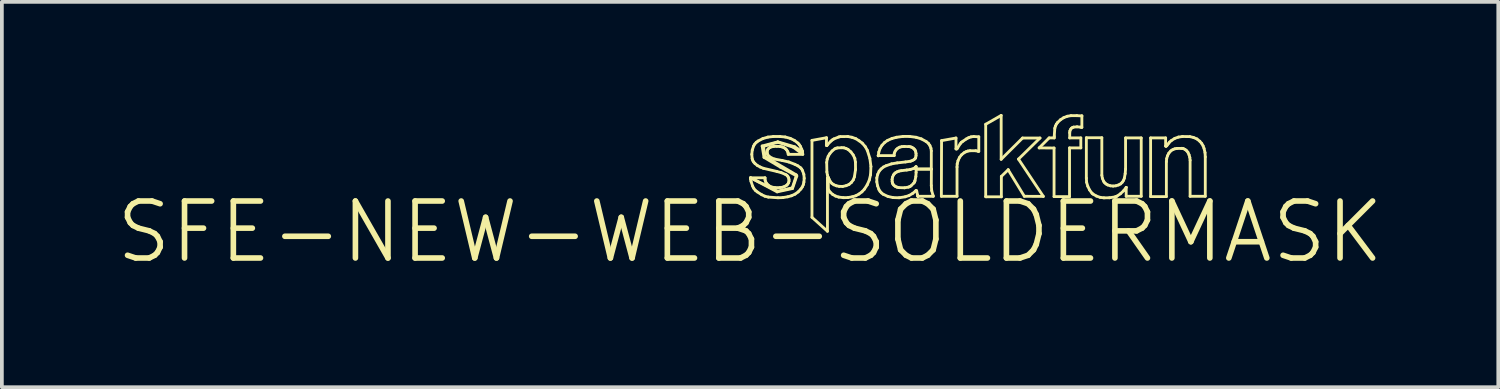
<source format=kicad_pcb>
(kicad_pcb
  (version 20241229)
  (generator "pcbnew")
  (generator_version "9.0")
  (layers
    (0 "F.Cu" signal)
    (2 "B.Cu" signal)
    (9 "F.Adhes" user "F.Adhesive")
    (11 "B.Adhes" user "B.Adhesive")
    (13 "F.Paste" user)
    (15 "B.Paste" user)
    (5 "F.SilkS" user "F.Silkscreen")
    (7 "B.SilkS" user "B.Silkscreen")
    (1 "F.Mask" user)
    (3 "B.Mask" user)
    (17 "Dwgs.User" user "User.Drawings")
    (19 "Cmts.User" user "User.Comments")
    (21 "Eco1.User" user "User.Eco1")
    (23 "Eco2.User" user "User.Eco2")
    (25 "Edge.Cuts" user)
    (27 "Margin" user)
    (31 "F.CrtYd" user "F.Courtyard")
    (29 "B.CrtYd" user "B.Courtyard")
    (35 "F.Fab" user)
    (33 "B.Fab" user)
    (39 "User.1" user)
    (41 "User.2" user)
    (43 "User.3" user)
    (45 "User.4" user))
  (footprint "SFE-NEW-WEB-SOLDERMASK"
    (layer "F.Cu")
    (at 17.018 3.155)
    (property "Reference" "SFE-NEW-WEB-SOLDERMASK" (at 0 0 0) (layer "F.SilkS") (effects (font (size 1.524 1.524) (thickness 0.15))))
    (attr exclude_from_pos_files exclude_from_bom)
    (fp_line (start 0.013 -1.448) (end 0.013 -1.41) (stroke (width 0.076) (type solid)) (layer "F.SilkS"))
    (fp_line (start 0.013 -1.448) (end 0.724 -1.072) (stroke (width 0.076) (type solid)) (layer "F.SilkS"))
    (fp_line (start 0.013 -1.41) (end 0.025 -1.351) (stroke (width 0.076) (type solid)) (layer "F.SilkS"))
    (fp_line (start 0.025 -1.351) (end 0.069 -1.224) (stroke (width 0.076) (type solid)) (layer "F.SilkS"))
    (fp_line (start 0.046 -2.075) (end 0.056 -1.961) (stroke (width 0.076) (type solid)) (layer "F.SilkS"))
    (fp_line (start 0.056 -1.961) (end 0.071 -1.913) (stroke (width 0.076) (type solid)) (layer "F.SilkS"))
    (fp_line (start 0.058 -2.189) (end 0.046 -2.075) (stroke (width 0.076) (type solid)) (layer "F.SilkS"))
    (fp_line (start 0.069 -1.224) (end 0.099 -1.166) (stroke (width 0.076) (type solid)) (layer "F.SilkS"))
    (fp_line (start 0.071 -1.913) (end 0.097 -1.869) (stroke (width 0.076) (type solid)) (layer "F.SilkS"))
    (fp_line (start 0.094 -2.299) (end 0.058 -2.189) (stroke (width 0.076) (type solid)) (layer "F.SilkS"))
    (fp_line (start 0.097 -1.869) (end 0.132 -1.829) (stroke (width 0.076) (type solid)) (layer "F.SilkS"))
    (fp_line (start 0.099 -1.166) (end 0.14 -1.113) (stroke (width 0.076) (type solid)) (layer "F.SilkS"))
    (fp_line (start 0.124 -2.349) (end 0.094 -2.299) (stroke (width 0.076) (type solid)) (layer "F.SilkS"))
    (fp_line (start 0.132 -1.829) (end 0.198 -1.775) (stroke (width 0.076) (type solid)) (layer "F.SilkS"))
    (fp_line (start 0.14 -1.113) (end 0.191 -1.072) (stroke (width 0.076) (type solid)) (layer "F.SilkS"))
    (fp_line (start 0.165 -2.395) (end 0.124 -2.349) (stroke (width 0.076) (type solid)) (layer "F.SilkS"))
    (fp_line (start 0.191 -1.072) (end 0.31 -0.996) (stroke (width 0.076) (type solid)) (layer "F.SilkS"))
    (fp_line (start 0.198 -1.775) (end 0.274 -1.735) (stroke (width 0.076) (type solid)) (layer "F.SilkS"))
    (fp_line (start 0.213 -2.431) (end 0.165 -2.395) (stroke (width 0.076) (type solid)) (layer "F.SilkS"))
    (fp_line (start 0.274 -1.735) (end 0.356 -1.702) (stroke (width 0.076) (type solid)) (layer "F.SilkS"))
    (fp_line (start 0.31 -0.996) (end 0.396 -0.955) (stroke (width 0.076) (type solid)) (layer "F.SilkS"))
    (fp_line (start 0.323 -2.299) (end 0.373 -1.994) (stroke (width 0.076) (type solid)) (layer "F.SilkS"))
    (fp_line (start 0.34 -2.497) (end 0.213 -2.431) (stroke (width 0.076) (type solid)) (layer "F.SilkS"))
    (fp_line (start 0.356 -2.286) (end 0.737 -2.4) (stroke (width 0.076) (type solid)) (layer "F.SilkS"))
    (fp_line (start 0.356 -1.702) (end 0.716 -1.618) (stroke (width 0.076) (type solid)) (layer "F.SilkS"))
    (fp_line (start 0.373 -1.994) (end 0.813 -1.732) (stroke (width 0.076) (type solid)) (layer "F.SilkS"))
    (fp_line (start 0.396 -0.955) (end 0.488 -0.932) (stroke (width 0.076) (type solid)) (layer "F.SilkS"))
    (fp_line (start 0.399 -1.448) (end 0.013 -1.448) (stroke (width 0.076) (type solid)) (layer "F.SilkS"))
    (fp_line (start 0.399 -1.44) (end 0.399 -1.448) (stroke (width 0.076) (type solid)) (layer "F.SilkS"))
    (fp_line (start 0.401 -1.389) (end 0.399 -1.44) (stroke (width 0.076) (type solid)) (layer "F.SilkS"))
    (fp_line (start 0.406 -2.012) (end 0.356 -2.286) (stroke (width 0.076) (type solid)) (layer "F.SilkS"))
    (fp_line (start 0.417 -1.341) (end 0.401 -1.389) (stroke (width 0.076) (type solid)) (layer "F.SilkS"))
    (fp_line (start 0.445 -1.295) (end 0.417 -1.341) (stroke (width 0.076) (type solid)) (layer "F.SilkS"))
    (fp_line (start 0.455 -2.134) (end 0.46 -2.174) (stroke (width 0.076) (type solid)) (layer "F.SilkS"))
    (fp_line (start 0.46 -2.174) (end 0.475 -2.21) (stroke (width 0.076) (type solid)) (layer "F.SilkS"))
    (fp_line (start 0.462 -2.093) (end 0.455 -2.134) (stroke (width 0.076) (type solid)) (layer "F.SilkS"))
    (fp_line (start 0.475 -2.21) (end 0.503 -2.24) (stroke (width 0.076) (type solid)) (layer "F.SilkS"))
    (fp_line (start 0.478 -2.537) (end 0.34 -2.497) (stroke (width 0.076) (type solid)) (layer "F.SilkS"))
    (fp_line (start 0.48 -2.052) (end 0.462 -2.093) (stroke (width 0.076) (type solid)) (layer "F.SilkS"))
    (fp_line (start 0.488 -0.932) (end 0.747 -0.914) (stroke (width 0.076) (type solid)) (layer "F.SilkS"))
    (fp_line (start 0.49 -1.25) (end 0.445 -1.295) (stroke (width 0.076) (type solid)) (layer "F.SilkS"))
    (fp_line (start 0.503 -2.24) (end 0.533 -2.261) (stroke (width 0.076) (type solid)) (layer "F.SilkS"))
    (fp_line (start 0.513 -2.019) (end 0.48 -2.052) (stroke (width 0.076) (type solid)) (layer "F.SilkS"))
    (fp_line (start 0.533 -2.261) (end 0.579 -2.278) (stroke (width 0.076) (type solid)) (layer "F.SilkS"))
    (fp_line (start 0.544 -1.214) (end 0.49 -1.25) (stroke (width 0.076) (type solid)) (layer "F.SilkS"))
    (fp_line (start 0.579 -2.278) (end 0.627 -2.286) (stroke (width 0.076) (type solid)) (layer "F.SilkS"))
    (fp_line (start 0.582 -1.976) (end 0.513 -2.019) (stroke (width 0.076) (type solid)) (layer "F.SilkS"))
    (fp_line (start 0.607 -1.194) (end 0.544 -1.214) (stroke (width 0.076) (type solid)) (layer "F.SilkS"))
    (fp_line (start 0.622 -2.553) (end 0.478 -2.537) (stroke (width 0.076) (type solid)) (layer "F.SilkS"))
    (fp_line (start 0.627 -2.286) (end 0.714 -2.291) (stroke (width 0.076) (type solid)) (layer "F.SilkS"))
    (fp_line (start 0.66 -1.948) (end 0.582 -1.976) (stroke (width 0.076) (type solid)) (layer "F.SilkS"))
    (fp_line (start 0.665 -1.186) (end 0.607 -1.194) (stroke (width 0.076) (type solid)) (layer "F.SilkS"))
    (fp_line (start 0.714 -2.291) (end 0.8 -2.286) (stroke (width 0.076) (type solid)) (layer "F.SilkS"))
    (fp_line (start 0.716 -1.618) (end 0.836 -1.585) (stroke (width 0.076) (type solid)) (layer "F.SilkS"))
    (fp_line (start 0.724 -1.072) (end 1.135 -1.161) (stroke (width 0.076) (type solid)) (layer "F.SilkS"))
    (fp_line (start 0.737 -2.4) (end 1.156 -2.266) (stroke (width 0.076) (type solid)) (layer "F.SilkS"))
    (fp_line (start 0.737 -1.09) (end 0.013 -1.448) (stroke (width 0.076) (type solid)) (layer "F.SilkS"))
    (fp_line (start 0.742 -2.41) (end 0.323 -2.299) (stroke (width 0.076) (type solid)) (layer "F.SilkS"))
    (fp_line (start 0.747 -0.914) (end 0.879 -0.919) (stroke (width 0.076) (type solid)) (layer "F.SilkS"))
    (fp_line (start 0.8 -2.553) (end 0.622 -2.553) (stroke (width 0.076) (type solid)) (layer "F.SilkS"))
    (fp_line (start 0.8 -2.286) (end 0.851 -2.276) (stroke (width 0.076) (type solid)) (layer "F.SilkS"))
    (fp_line (start 0.8 -1.186) (end 0.665 -1.186) (stroke (width 0.076) (type solid)) (layer "F.SilkS"))
    (fp_line (start 0.813 -1.732) (end 1.237 -1.504) (stroke (width 0.076) (type solid)) (layer "F.SilkS"))
    (fp_line (start 0.836 -1.585) (end 0.95 -1.537) (stroke (width 0.076) (type solid)) (layer "F.SilkS"))
    (fp_line (start 0.851 -2.276) (end 0.899 -2.258) (stroke (width 0.076) (type solid)) (layer "F.SilkS"))
    (fp_line (start 0.861 -1.194) (end 0.8 -1.186) (stroke (width 0.076) (type solid)) (layer "F.SilkS"))
    (fp_line (start 0.864 -1.91) (end 0.66 -1.948) (stroke (width 0.076) (type solid)) (layer "F.SilkS"))
    (fp_line (start 0.879 -0.919) (end 1.008 -0.94) (stroke (width 0.076) (type solid)) (layer "F.SilkS"))
    (fp_line (start 0.899 -2.258) (end 0.945 -2.228) (stroke (width 0.076) (type solid)) (layer "F.SilkS"))
    (fp_line (start 0.919 -1.214) (end 0.861 -1.194) (stroke (width 0.076) (type solid)) (layer "F.SilkS"))
    (fp_line (start 0.94 -2.54) (end 0.8 -2.553) (stroke (width 0.076) (type solid)) (layer "F.SilkS"))
    (fp_line (start 0.945 -2.228) (end 0.973 -2.2) (stroke (width 0.076) (type solid)) (layer "F.SilkS"))
    (fp_line (start 0.95 -1.537) (end 0.986 -1.514) (stroke (width 0.076) (type solid)) (layer "F.SilkS"))
    (fp_line (start 0.973 -2.2) (end 0.996 -2.167) (stroke (width 0.076) (type solid)) (layer "F.SilkS"))
    (fp_line (start 0.975 -1.245) (end 0.919 -1.214) (stroke (width 0.076) (type solid)) (layer "F.SilkS"))
    (fp_line (start 0.986 -1.514) (end 1.013 -1.481) (stroke (width 0.076) (type solid)) (layer "F.SilkS"))
    (fp_line (start 0.996 -2.167) (end 1.013 -2.131) (stroke (width 0.076) (type solid)) (layer "F.SilkS"))
    (fp_line (start 1.006 -1.275) (end 0.975 -1.245) (stroke (width 0.076) (type solid)) (layer "F.SilkS"))
    (fp_line (start 1.008 -0.94) (end 1.11 -0.968) (stroke (width 0.076) (type solid)) (layer "F.SilkS"))
    (fp_line (start 1.013 -2.131) (end 1.019 -2.103) (stroke (width 0.076) (type solid)) (layer "F.SilkS"))
    (fp_line (start 1.013 -1.481) (end 1.034 -1.44) (stroke (width 0.076) (type solid)) (layer "F.SilkS"))
    (fp_line (start 1.019 -2.103) (end 1.021 -2.075) (stroke (width 0.076) (type solid)) (layer "F.SilkS"))
    (fp_line (start 1.021 -2.075) (end 1.41 -2.075) (stroke (width 0.076) (type solid)) (layer "F.SilkS"))
    (fp_line (start 1.029 -1.313) (end 1.006 -1.275) (stroke (width 0.076) (type solid)) (layer "F.SilkS"))
    (fp_line (start 1.034 -1.872) (end 0.864 -1.91) (stroke (width 0.076) (type solid)) (layer "F.SilkS"))
    (fp_line (start 1.034 -1.44) (end 1.041 -1.4) (stroke (width 0.076) (type solid)) (layer "F.SilkS"))
    (fp_line (start 1.041 -1.4) (end 1.041 -1.356) (stroke (width 0.076) (type solid)) (layer "F.SilkS"))
    (fp_line (start 1.041 -1.356) (end 1.029 -1.313) (stroke (width 0.076) (type solid)) (layer "F.SilkS"))
    (fp_line (start 1.077 -2.502) (end 0.94 -2.54) (stroke (width 0.076) (type solid)) (layer "F.SilkS"))
    (fp_line (start 1.11 -0.968) (end 1.204 -1.011) (stroke (width 0.076) (type solid)) (layer "F.SilkS"))
    (fp_line (start 1.13 -1.179) (end 0.737 -1.09) (stroke (width 0.076) (type solid)) (layer "F.SilkS"))
    (fp_line (start 1.135 -1.161) (end 1.25 -1.496) (stroke (width 0.076) (type solid)) (layer "F.SilkS"))
    (fp_line (start 1.156 -2.266) (end 1.351 -2.121) (stroke (width 0.076) (type solid)) (layer "F.SilkS"))
    (fp_line (start 1.186 -2.449) (end 1.077 -2.502) (stroke (width 0.076) (type solid)) (layer "F.SilkS"))
    (fp_line (start 1.194 -2.278) (end 0.742 -2.41) (stroke (width 0.076) (type solid)) (layer "F.SilkS"))
    (fp_line (start 1.199 -1.808) (end 1.034 -1.872) (stroke (width 0.076) (type solid)) (layer "F.SilkS"))
    (fp_line (start 1.204 -1.011) (end 1.288 -1.072) (stroke (width 0.076) (type solid)) (layer "F.SilkS"))
    (fp_line (start 1.232 -1.529) (end 0.406 -2.012) (stroke (width 0.076) (type solid)) (layer "F.SilkS"))
    (fp_line (start 1.237 -1.504) (end 1.13 -1.179) (stroke (width 0.076) (type solid)) (layer "F.SilkS"))
    (fp_line (start 1.25 -1.496) (end 1.232 -1.529) (stroke (width 0.076) (type solid)) (layer "F.SilkS"))
    (fp_line (start 1.275 -1.77) (end 1.199 -1.808) (stroke (width 0.076) (type solid)) (layer "F.SilkS"))
    (fp_line (start 1.283 -2.375) (end 1.186 -2.449) (stroke (width 0.076) (type solid)) (layer "F.SilkS"))
    (fp_line (start 1.288 -1.072) (end 1.359 -1.148) (stroke (width 0.076) (type solid)) (layer "F.SilkS"))
    (fp_line (start 1.316 -2.334) (end 1.283 -2.375) (stroke (width 0.076) (type solid)) (layer "F.SilkS"))
    (fp_line (start 1.346 -2.291) (end 1.316 -2.334) (stroke (width 0.076) (type solid)) (layer "F.SilkS"))
    (fp_line (start 1.346 -1.72) (end 1.275 -1.77) (stroke (width 0.076) (type solid)) (layer "F.SilkS"))
    (fp_line (start 1.351 -2.121) (end 1.402 -2.156) (stroke (width 0.076) (type solid)) (layer "F.SilkS"))
    (fp_line (start 1.359 -1.148) (end 1.397 -1.204) (stroke (width 0.076) (type solid)) (layer "F.SilkS"))
    (fp_line (start 1.379 -1.684) (end 1.346 -1.72) (stroke (width 0.076) (type solid)) (layer "F.SilkS"))
    (fp_line (start 1.382 -2.21) (end 1.346 -2.291) (stroke (width 0.076) (type solid)) (layer "F.SilkS"))
    (fp_line (start 1.397 -1.204) (end 1.425 -1.265) (stroke (width 0.076) (type solid)) (layer "F.SilkS"))
    (fp_line (start 1.402 -2.156) (end 1.382 -2.21) (stroke (width 0.076) (type solid)) (layer "F.SilkS"))
    (fp_line (start 1.402 -2.146) (end 1.194 -2.278) (stroke (width 0.076) (type solid)) (layer "F.SilkS"))
    (fp_line (start 1.402 -1.643) (end 1.379 -1.684) (stroke (width 0.076) (type solid)) (layer "F.SilkS"))
    (fp_line (start 1.41 -2.075) (end 1.402 -2.146) (stroke (width 0.076) (type solid)) (layer "F.SilkS"))
    (fp_line (start 1.425 -1.265) (end 1.44 -1.333) (stroke (width 0.076) (type solid)) (layer "F.SilkS"))
    (fp_line (start 1.438 -1.542) (end 1.402 -1.643) (stroke (width 0.076) (type solid)) (layer "F.SilkS"))
    (fp_line (start 1.44 -1.333) (end 1.448 -1.435) (stroke (width 0.076) (type solid)) (layer "F.SilkS"))
    (fp_line (start 1.448 -1.435) (end 1.438 -1.542) (stroke (width 0.076) (type solid)) (layer "F.SilkS"))
    (fp_line (start 1.656 -2.449) (end 2.045 -2.52) (stroke (width 0.076) (type solid)) (layer "F.SilkS"))
    (fp_line (start 1.656 -0.391) (end 1.656 -2.449) (stroke (width 0.076) (type solid)) (layer "F.SilkS"))
    (fp_line (start 2.042 -2.322) (end 2.05 -2.311) (stroke (width 0.076) (type solid)) (layer "F.SilkS"))
    (fp_line (start 2.045 -2.52) (end 2.042 -2.322) (stroke (width 0.076) (type solid)) (layer "F.SilkS"))
    (fp_line (start 2.05 -2.311) (end 2.055 -2.311) (stroke (width 0.076) (type solid)) (layer "F.SilkS"))
    (fp_line (start 2.05 -1.859) (end 2.055 -1.605) (stroke (width 0.076) (type solid)) (layer "F.SilkS"))
    (fp_line (start 2.055 -2.311) (end 2.075 -2.337) (stroke (width 0.076) (type solid)) (layer "F.SilkS"))
    (fp_line (start 2.055 -1.605) (end 2.068 -1.524) (stroke (width 0.076) (type solid)) (layer "F.SilkS"))
    (fp_line (start 2.062 -1.943) (end 2.05 -1.859) (stroke (width 0.076) (type solid)) (layer "F.SilkS"))
    (fp_line (start 2.068 -1.524) (end 2.088 -1.458) (stroke (width 0.076) (type solid)) (layer "F.SilkS"))
    (fp_line (start 2.07 -1.448) (end 2.07 -0.018) (stroke (width 0.076) (type solid)) (layer "F.SilkS"))
    (fp_line (start 2.07 -0.018) (end 1.656 -0.391) (stroke (width 0.076) (type solid)) (layer "F.SilkS"))
    (fp_line (start 2.075 -2.337) (end 2.164 -2.431) (stroke (width 0.076) (type solid)) (layer "F.SilkS"))
    (fp_line (start 2.083 -1.448) (end 2.07 -1.448) (stroke (width 0.076) (type solid)) (layer "F.SilkS"))
    (fp_line (start 2.085 -1.448) (end 2.083 -1.448) (stroke (width 0.076) (type solid)) (layer "F.SilkS"))
    (fp_line (start 2.088 -1.458) (end 2.09 -1.453) (stroke (width 0.076) (type solid)) (layer "F.SilkS"))
    (fp_line (start 2.088 -1.45) (end 2.085 -1.448) (stroke (width 0.076) (type solid)) (layer "F.SilkS"))
    (fp_line (start 2.09 -2.024) (end 2.062 -1.943) (stroke (width 0.076) (type solid)) (layer "F.SilkS"))
    (fp_line (start 2.09 -1.453) (end 2.088 -1.45) (stroke (width 0.076) (type solid)) (layer "F.SilkS"))
    (fp_line (start 2.093 -1.433) (end 2.101 -1.44) (stroke (width 0.076) (type solid)) (layer "F.SilkS"))
    (fp_line (start 2.093 -1.135) (end 2.093 -1.433) (stroke (width 0.076) (type solid)) (layer "F.SilkS"))
    (fp_line (start 2.101 -1.44) (end 2.101 -1.435) (stroke (width 0.076) (type solid)) (layer "F.SilkS"))
    (fp_line (start 2.101 -1.435) (end 2.101 -1.425) (stroke (width 0.076) (type solid)) (layer "F.SilkS"))
    (fp_line (start 2.101 -1.425) (end 2.108 -1.415) (stroke (width 0.076) (type solid)) (layer "F.SilkS"))
    (fp_line (start 2.108 -1.415) (end 2.113 -1.41) (stroke (width 0.076) (type solid)) (layer "F.SilkS"))
    (fp_line (start 2.113 -1.41) (end 2.144 -1.351) (stroke (width 0.076) (type solid)) (layer "F.SilkS"))
    (fp_line (start 2.134 -2.095) (end 2.09 -2.024) (stroke (width 0.076) (type solid)) (layer "F.SilkS"))
    (fp_line (start 2.144 -1.351) (end 2.187 -1.3) (stroke (width 0.076) (type solid)) (layer "F.SilkS"))
    (fp_line (start 2.144 -1.062) (end 2.093 -1.135) (stroke (width 0.076) (type solid)) (layer "F.SilkS"))
    (fp_line (start 2.164 -2.431) (end 2.2 -2.461) (stroke (width 0.076) (type solid)) (layer "F.SilkS"))
    (fp_line (start 2.187 -1.3) (end 2.24 -1.262) (stroke (width 0.076) (type solid)) (layer "F.SilkS"))
    (fp_line (start 2.195 -2.167) (end 2.134 -2.095) (stroke (width 0.076) (type solid)) (layer "F.SilkS"))
    (fp_line (start 2.2 -2.461) (end 2.24 -2.487) (stroke (width 0.076) (type solid)) (layer "F.SilkS"))
    (fp_line (start 2.21 -1.003) (end 2.144 -1.062) (stroke (width 0.076) (type solid)) (layer "F.SilkS"))
    (fp_line (start 2.24 -2.487) (end 2.372 -2.54) (stroke (width 0.076) (type solid)) (layer "F.SilkS"))
    (fp_line (start 2.24 -1.262) (end 2.309 -1.234) (stroke (width 0.076) (type solid)) (layer "F.SilkS"))
    (fp_line (start 2.266 -2.223) (end 2.195 -2.167) (stroke (width 0.076) (type solid)) (layer "F.SilkS"))
    (fp_line (start 2.286 -0.96) (end 2.21 -1.003) (stroke (width 0.076) (type solid)) (layer "F.SilkS"))
    (fp_line (start 2.304 -2.24) (end 2.266 -2.223) (stroke (width 0.076) (type solid)) (layer "F.SilkS"))
    (fp_line (start 2.309 -1.234) (end 2.385 -1.219) (stroke (width 0.076) (type solid)) (layer "F.SilkS"))
    (fp_line (start 2.342 -2.248) (end 2.304 -2.24) (stroke (width 0.076) (type solid)) (layer "F.SilkS"))
    (fp_line (start 2.372 -2.54) (end 2.418 -2.55) (stroke (width 0.076) (type solid)) (layer "F.SilkS"))
    (fp_line (start 2.372 -0.932) (end 2.286 -0.96) (stroke (width 0.076) (type solid)) (layer "F.SilkS"))
    (fp_line (start 2.385 -1.219) (end 2.477 -1.217) (stroke (width 0.076) (type solid)) (layer "F.SilkS"))
    (fp_line (start 2.418 -2.55) (end 2.616 -2.553) (stroke (width 0.076) (type solid)) (layer "F.SilkS"))
    (fp_line (start 2.451 -2.253) (end 2.342 -2.248) (stroke (width 0.076) (type solid)) (layer "F.SilkS"))
    (fp_line (start 2.477 -1.217) (end 2.57 -1.237) (stroke (width 0.076) (type solid)) (layer "F.SilkS"))
    (fp_line (start 2.492 -0.917) (end 2.372 -0.932) (stroke (width 0.076) (type solid)) (layer "F.SilkS"))
    (fp_line (start 2.512 -2.25) (end 2.451 -2.253) (stroke (width 0.076) (type solid)) (layer "F.SilkS"))
    (fp_line (start 2.568 -2.233) (end 2.512 -2.25) (stroke (width 0.076) (type solid)) (layer "F.SilkS"))
    (fp_line (start 2.57 -1.237) (end 2.647 -1.27) (stroke (width 0.076) (type solid)) (layer "F.SilkS"))
    (fp_line (start 2.616 -2.553) (end 2.725 -2.532) (stroke (width 0.076) (type solid)) (layer "F.SilkS"))
    (fp_line (start 2.616 -0.919) (end 2.492 -0.917) (stroke (width 0.076) (type solid)) (layer "F.SilkS"))
    (fp_line (start 2.621 -2.207) (end 2.568 -2.233) (stroke (width 0.076) (type solid)) (layer "F.SilkS"))
    (fp_line (start 2.647 -1.27) (end 2.71 -1.323) (stroke (width 0.076) (type solid)) (layer "F.SilkS"))
    (fp_line (start 2.697 -2.141) (end 2.621 -2.207) (stroke (width 0.076) (type solid)) (layer "F.SilkS"))
    (fp_line (start 2.71 -1.323) (end 2.761 -1.392) (stroke (width 0.076) (type solid)) (layer "F.SilkS"))
    (fp_line (start 2.725 -2.532) (end 2.83 -2.494) (stroke (width 0.076) (type solid)) (layer "F.SilkS"))
    (fp_line (start 2.736 -0.94) (end 2.616 -0.919) (stroke (width 0.076) (type solid)) (layer "F.SilkS"))
    (fp_line (start 2.758 -2.06) (end 2.697 -2.141) (stroke (width 0.076) (type solid)) (layer "F.SilkS"))
    (fp_line (start 2.761 -1.392) (end 2.791 -1.473) (stroke (width 0.076) (type solid)) (layer "F.SilkS"))
    (fp_line (start 2.791 -1.473) (end 2.822 -1.669) (stroke (width 0.076) (type solid)) (layer "F.SilkS"))
    (fp_line (start 2.802 -1.968) (end 2.758 -2.06) (stroke (width 0.076) (type solid)) (layer "F.SilkS"))
    (fp_line (start 2.819 -1.867) (end 2.802 -1.968) (stroke (width 0.076) (type solid)) (layer "F.SilkS"))
    (fp_line (start 2.822 -1.669) (end 2.819 -1.867) (stroke (width 0.076) (type solid)) (layer "F.SilkS"))
    (fp_line (start 2.83 -2.494) (end 2.918 -2.438) (stroke (width 0.076) (type solid)) (layer "F.SilkS"))
    (fp_line (start 2.83 -0.968) (end 2.736 -0.94) (stroke (width 0.076) (type solid)) (layer "F.SilkS"))
    (fp_line (start 2.913 -1.013) (end 2.83 -0.968) (stroke (width 0.076) (type solid)) (layer "F.SilkS"))
    (fp_line (start 2.918 -2.438) (end 3.002 -2.375) (stroke (width 0.076) (type solid)) (layer "F.SilkS"))
    (fp_line (start 2.992 -1.072) (end 2.913 -1.013) (stroke (width 0.076) (type solid)) (layer "F.SilkS"))
    (fp_line (start 3.002 -2.375) (end 3.081 -2.283) (stroke (width 0.076) (type solid)) (layer "F.SilkS"))
    (fp_line (start 3.058 -1.143) (end 2.992 -1.072) (stroke (width 0.076) (type solid)) (layer "F.SilkS"))
    (fp_line (start 3.081 -2.283) (end 3.137 -2.182) (stroke (width 0.076) (type solid)) (layer "F.SilkS"))
    (fp_line (start 3.134 -1.26) (end 3.058 -1.143) (stroke (width 0.076) (type solid)) (layer "F.SilkS"))
    (fp_line (start 3.137 -2.182) (end 3.205 -1.968) (stroke (width 0.076) (type solid)) (layer "F.SilkS"))
    (fp_line (start 3.19 -1.389) (end 3.134 -1.26) (stroke (width 0.076) (type solid)) (layer "F.SilkS"))
    (fp_line (start 3.205 -1.968) (end 3.233 -1.75) (stroke (width 0.076) (type solid)) (layer "F.SilkS"))
    (fp_line (start 3.223 -1.529) (end 3.19 -1.389) (stroke (width 0.076) (type solid)) (layer "F.SilkS"))
    (fp_line (start 3.233 -1.75) (end 3.223 -1.529) (stroke (width 0.076) (type solid)) (layer "F.SilkS"))
    (fp_line (start 3.391 -1.445) (end 3.391 -1.339) (stroke (width 0.076) (type solid)) (layer "F.SilkS"))
    (fp_line (start 3.391 -1.339) (end 3.411 -1.234) (stroke (width 0.076) (type solid)) (layer "F.SilkS"))
    (fp_line (start 3.411 -1.234) (end 3.447 -1.135) (stroke (width 0.076) (type solid)) (layer "F.SilkS"))
    (fp_line (start 3.414 -1.539) (end 3.391 -1.445) (stroke (width 0.076) (type solid)) (layer "F.SilkS"))
    (fp_line (start 3.429 -2.042) (end 3.853 -2.042) (stroke (width 0.076) (type solid)) (layer "F.SilkS"))
    (fp_line (start 3.429 -2.037) (end 3.429 -2.042) (stroke (width 0.076) (type solid)) (layer "F.SilkS"))
    (fp_line (start 3.444 -2.136) (end 3.429 -2.037) (stroke (width 0.076) (type solid)) (layer "F.SilkS"))
    (fp_line (start 3.447 -1.135) (end 3.477 -1.085) (stroke (width 0.076) (type solid)) (layer "F.SilkS"))
    (fp_line (start 3.454 -1.626) (end 3.414 -1.539) (stroke (width 0.076) (type solid)) (layer "F.SilkS"))
    (fp_line (start 3.477 -2.233) (end 3.444 -2.136) (stroke (width 0.076) (type solid)) (layer "F.SilkS"))
    (fp_line (start 3.477 -1.085) (end 3.515 -1.044) (stroke (width 0.076) (type solid)) (layer "F.SilkS"))
    (fp_line (start 3.505 -1.684) (end 3.454 -1.626) (stroke (width 0.076) (type solid)) (layer "F.SilkS"))
    (fp_line (start 3.515 -1.044) (end 3.561 -1.008) (stroke (width 0.076) (type solid)) (layer "F.SilkS"))
    (fp_line (start 3.528 -2.316) (end 3.477 -2.233) (stroke (width 0.076) (type solid)) (layer "F.SilkS"))
    (fp_line (start 3.561 -1.008) (end 3.686 -0.95) (stroke (width 0.076) (type solid)) (layer "F.SilkS"))
    (fp_line (start 3.566 -1.735) (end 3.505 -1.684) (stroke (width 0.076) (type solid)) (layer "F.SilkS"))
    (fp_line (start 3.597 -2.39) (end 3.528 -2.316) (stroke (width 0.076) (type solid)) (layer "F.SilkS"))
    (fp_line (start 3.637 -1.77) (end 3.566 -1.735) (stroke (width 0.076) (type solid)) (layer "F.SilkS"))
    (fp_line (start 3.68 -2.449) (end 3.597 -2.39) (stroke (width 0.076) (type solid)) (layer "F.SilkS"))
    (fp_line (start 3.686 -0.95) (end 3.823 -0.919) (stroke (width 0.076) (type solid)) (layer "F.SilkS"))
    (fp_line (start 3.785 -1.821) (end 3.637 -1.77) (stroke (width 0.076) (type solid)) (layer "F.SilkS"))
    (fp_line (start 3.795 -2.499) (end 3.68 -2.449) (stroke (width 0.076) (type solid)) (layer "F.SilkS"))
    (fp_line (start 3.8 -1.405) (end 3.81 -1.463) (stroke (width 0.076) (type solid)) (layer "F.SilkS"))
    (fp_line (start 3.802 -1.344) (end 3.8 -1.405) (stroke (width 0.076) (type solid)) (layer "F.SilkS"))
    (fp_line (start 3.81 -1.463) (end 3.835 -1.521) (stroke (width 0.076) (type solid)) (layer "F.SilkS"))
    (fp_line (start 3.81 -1.308) (end 3.802 -1.344) (stroke (width 0.076) (type solid)) (layer "F.SilkS"))
    (fp_line (start 3.823 -1.278) (end 3.81 -1.308) (stroke (width 0.076) (type solid)) (layer "F.SilkS"))
    (fp_line (start 3.823 -0.919) (end 3.988 -0.914) (stroke (width 0.076) (type solid)) (layer "F.SilkS"))
    (fp_line (start 3.835 -1.521) (end 3.856 -1.552) (stroke (width 0.076) (type solid)) (layer "F.SilkS"))
    (fp_line (start 3.846 -1.25) (end 3.823 -1.278) (stroke (width 0.076) (type solid)) (layer "F.SilkS"))
    (fp_line (start 3.853 -2.045) (end 3.858 -2.101) (stroke (width 0.076) (type solid)) (layer "F.SilkS"))
    (fp_line (start 3.853 -2.042) (end 3.853 -2.045) (stroke (width 0.076) (type solid)) (layer "F.SilkS"))
    (fp_line (start 3.856 -1.552) (end 3.886 -1.58) (stroke (width 0.076) (type solid)) (layer "F.SilkS"))
    (fp_line (start 3.858 -2.101) (end 3.879 -2.154) (stroke (width 0.076) (type solid)) (layer "F.SilkS"))
    (fp_line (start 3.879 -2.154) (end 3.909 -2.2) (stroke (width 0.076) (type solid)) (layer "F.SilkS"))
    (fp_line (start 3.884 -1.219) (end 3.846 -1.25) (stroke (width 0.076) (type solid)) (layer "F.SilkS"))
    (fp_line (start 3.886 -1.58) (end 3.934 -1.608) (stroke (width 0.076) (type solid)) (layer "F.SilkS"))
    (fp_line (start 3.909 -2.2) (end 3.95 -2.238) (stroke (width 0.076) (type solid)) (layer "F.SilkS"))
    (fp_line (start 3.917 -2.532) (end 3.795 -2.499) (stroke (width 0.076) (type solid)) (layer "F.SilkS"))
    (fp_line (start 3.927 -1.199) (end 3.884 -1.219) (stroke (width 0.076) (type solid)) (layer "F.SilkS"))
    (fp_line (start 3.934 -1.608) (end 3.988 -1.628) (stroke (width 0.076) (type solid)) (layer "F.SilkS"))
    (fp_line (start 3.937 -1.847) (end 3.785 -1.821) (stroke (width 0.076) (type solid)) (layer "F.SilkS"))
    (fp_line (start 3.95 -2.238) (end 4 -2.266) (stroke (width 0.076) (type solid)) (layer "F.SilkS"))
    (fp_line (start 3.975 -1.186) (end 3.927 -1.199) (stroke (width 0.076) (type solid)) (layer "F.SilkS"))
    (fp_line (start 3.988 -1.628) (end 4.044 -1.638) (stroke (width 0.076) (type solid)) (layer "F.SilkS"))
    (fp_line (start 3.988 -0.914) (end 4.15 -0.94) (stroke (width 0.076) (type solid)) (layer "F.SilkS"))
    (fp_line (start 4 -2.266) (end 4.059 -2.281) (stroke (width 0.076) (type solid)) (layer "F.SilkS"))
    (fp_line (start 4.044 -1.638) (end 4.191 -1.656) (stroke (width 0.076) (type solid)) (layer "F.SilkS"))
    (fp_line (start 4.059 -2.281) (end 4.12 -2.286) (stroke (width 0.076) (type solid)) (layer "F.SilkS"))
    (fp_line (start 4.092 -2.555) (end 3.917 -2.532) (stroke (width 0.076) (type solid)) (layer "F.SilkS"))
    (fp_line (start 4.12 -2.286) (end 4.255 -2.283) (stroke (width 0.076) (type solid)) (layer "F.SilkS"))
    (fp_line (start 4.133 -1.181) (end 3.975 -1.186) (stroke (width 0.076) (type solid)) (layer "F.SilkS"))
    (fp_line (start 4.15 -0.94) (end 4.252 -0.973) (stroke (width 0.076) (type solid)) (layer "F.SilkS"))
    (fp_line (start 4.158 -1.872) (end 3.937 -1.847) (stroke (width 0.076) (type solid)) (layer "F.SilkS"))
    (fp_line (start 4.191 -1.656) (end 4.29 -1.671) (stroke (width 0.076) (type solid)) (layer "F.SilkS"))
    (fp_line (start 4.239 -1.199) (end 4.133 -1.181) (stroke (width 0.076) (type solid)) (layer "F.SilkS"))
    (fp_line (start 4.252 -0.973) (end 4.348 -1.029) (stroke (width 0.076) (type solid)) (layer "F.SilkS"))
    (fp_line (start 4.255 -2.283) (end 4.295 -2.276) (stroke (width 0.076) (type solid)) (layer "F.SilkS"))
    (fp_line (start 4.267 -2.555) (end 4.092 -2.555) (stroke (width 0.076) (type solid)) (layer "F.SilkS"))
    (fp_line (start 4.272 -1.212) (end 4.239 -1.199) (stroke (width 0.076) (type solid)) (layer "F.SilkS"))
    (fp_line (start 4.29 -1.671) (end 4.387 -1.702) (stroke (width 0.076) (type solid)) (layer "F.SilkS"))
    (fp_line (start 4.293 -1.892) (end 4.158 -1.872) (stroke (width 0.076) (type solid)) (layer "F.SilkS"))
    (fp_line (start 4.295 -2.276) (end 4.331 -2.263) (stroke (width 0.076) (type solid)) (layer "F.SilkS"))
    (fp_line (start 4.305 -1.232) (end 4.272 -1.212) (stroke (width 0.076) (type solid)) (layer "F.SilkS"))
    (fp_line (start 4.331 -2.263) (end 4.366 -2.24) (stroke (width 0.076) (type solid)) (layer "F.SilkS"))
    (fp_line (start 4.341 -1.91) (end 4.293 -1.892) (stroke (width 0.076) (type solid)) (layer "F.SilkS"))
    (fp_line (start 4.348 -1.029) (end 4.43 -1.097) (stroke (width 0.076) (type solid)) (layer "F.SilkS"))
    (fp_line (start 4.366 -2.24) (end 4.392 -2.217) (stroke (width 0.076) (type solid)) (layer "F.SilkS"))
    (fp_line (start 4.379 -1.306) (end 4.305 -1.232) (stroke (width 0.076) (type solid)) (layer "F.SilkS"))
    (fp_line (start 4.387 -1.935) (end 4.341 -1.91) (stroke (width 0.076) (type solid)) (layer "F.SilkS"))
    (fp_line (start 4.387 -1.702) (end 4.407 -1.712) (stroke (width 0.076) (type solid)) (layer "F.SilkS"))
    (fp_line (start 4.392 -2.217) (end 4.415 -2.187) (stroke (width 0.076) (type solid)) (layer "F.SilkS"))
    (fp_line (start 4.397 -1.328) (end 4.379 -1.306) (stroke (width 0.076) (type solid)) (layer "F.SilkS"))
    (fp_line (start 4.407 -1.712) (end 4.422 -1.727) (stroke (width 0.076) (type solid)) (layer "F.SilkS"))
    (fp_line (start 4.407 -1.356) (end 4.397 -1.328) (stroke (width 0.076) (type solid)) (layer "F.SilkS"))
    (fp_line (start 4.412 -1.372) (end 4.407 -1.356) (stroke (width 0.076) (type solid)) (layer "F.SilkS"))
    (fp_line (start 4.415 -2.187) (end 4.43 -2.151) (stroke (width 0.076) (type solid)) (layer "F.SilkS"))
    (fp_line (start 4.417 -1.966) (end 4.387 -1.935) (stroke (width 0.076) (type solid)) (layer "F.SilkS"))
    (fp_line (start 4.422 -1.976) (end 4.417 -1.966) (stroke (width 0.076) (type solid)) (layer "F.SilkS"))
    (fp_line (start 4.422 -1.727) (end 4.437 -1.745) (stroke (width 0.076) (type solid)) (layer "F.SilkS"))
    (fp_line (start 4.43 -2.151) (end 4.44 -2.098) (stroke (width 0.076) (type solid)) (layer "F.SilkS"))
    (fp_line (start 4.43 -1.986) (end 4.422 -1.976) (stroke (width 0.076) (type solid)) (layer "F.SilkS"))
    (fp_line (start 4.43 -1.097) (end 4.437 -1.102) (stroke (width 0.076) (type solid)) (layer "F.SilkS"))
    (fp_line (start 4.435 -1.481) (end 4.412 -1.372) (stroke (width 0.076) (type solid)) (layer "F.SilkS"))
    (fp_line (start 4.437 -1.745) (end 4.442 -1.745) (stroke (width 0.076) (type solid)) (layer "F.SilkS"))
    (fp_line (start 4.437 -1.102) (end 4.442 -1.102) (stroke (width 0.076) (type solid)) (layer "F.SilkS"))
    (fp_line (start 4.44 -2.098) (end 4.44 -2.042) (stroke (width 0.076) (type solid)) (layer "F.SilkS"))
    (fp_line (start 4.44 -2.042) (end 4.43 -1.986) (stroke (width 0.076) (type solid)) (layer "F.SilkS"))
    (fp_line (start 4.442 -2.532) (end 4.267 -2.555) (stroke (width 0.076) (type solid)) (layer "F.SilkS"))
    (fp_line (start 4.442 -1.745) (end 4.442 -1.687) (stroke (width 0.076) (type solid)) (layer "F.SilkS"))
    (fp_line (start 4.442 -1.687) (end 4.849 -1.687) (stroke (width 0.076) (type solid)) (layer "F.SilkS"))
    (fp_line (start 4.442 -1.676) (end 4.442 -1.593) (stroke (width 0.076) (type solid)) (layer "F.SilkS"))
    (fp_line (start 4.442 -1.593) (end 4.435 -1.481) (stroke (width 0.076) (type solid)) (layer "F.SilkS"))
    (fp_line (start 4.442 -1.102) (end 4.45 -1.102) (stroke (width 0.076) (type solid)) (layer "F.SilkS"))
    (fp_line (start 4.45 -1.102) (end 4.453 -1.097) (stroke (width 0.076) (type solid)) (layer "F.SilkS"))
    (fp_line (start 4.453 -1.097) (end 4.458 -1.09) (stroke (width 0.076) (type solid)) (layer "F.SilkS"))
    (fp_line (start 4.458 -1.09) (end 4.481 -0.988) (stroke (width 0.076) (type solid)) (layer "F.SilkS"))
    (fp_line (start 4.481 -0.988) (end 4.488 -0.958) (stroke (width 0.076) (type solid)) (layer "F.SilkS"))
    (fp_line (start 4.488 -0.958) (end 4.488 -0.955) (stroke (width 0.076) (type solid)) (layer "F.SilkS"))
    (fp_line (start 4.488 -0.955) (end 4.493 -0.953) (stroke (width 0.076) (type solid)) (layer "F.SilkS"))
    (fp_line (start 4.493 -0.953) (end 4.496 -0.953) (stroke (width 0.076) (type solid)) (layer "F.SilkS"))
    (fp_line (start 4.496 -0.953) (end 4.902 -0.953) (stroke (width 0.076) (type solid)) (layer "F.SilkS"))
    (fp_line (start 4.582 -2.489) (end 4.442 -2.532) (stroke (width 0.076) (type solid)) (layer "F.SilkS"))
    (fp_line (start 4.712 -2.418) (end 4.582 -2.489) (stroke (width 0.076) (type solid)) (layer "F.SilkS"))
    (fp_line (start 4.77 -2.37) (end 4.712 -2.418) (stroke (width 0.076) (type solid)) (layer "F.SilkS"))
    (fp_line (start 4.811 -2.311) (end 4.77 -2.37) (stroke (width 0.076) (type solid)) (layer "F.SilkS"))
    (fp_line (start 4.839 -2.24) (end 4.811 -2.311) (stroke (width 0.076) (type solid)) (layer "F.SilkS"))
    (fp_line (start 4.849 -2.169) (end 4.839 -2.24) (stroke (width 0.076) (type solid)) (layer "F.SilkS"))
    (fp_line (start 4.849 -1.687) (end 4.849 -2.169) (stroke (width 0.076) (type solid)) (layer "F.SilkS"))
    (fp_line (start 4.849 -1.242) (end 4.851 -1.676) (stroke (width 0.076) (type solid)) (layer "F.SilkS"))
    (fp_line (start 4.851 -1.676) (end 4.442 -1.676) (stroke (width 0.076) (type solid)) (layer "F.SilkS"))
    (fp_line (start 4.859 -1.105) (end 4.849 -1.242) (stroke (width 0.076) (type solid)) (layer "F.SilkS"))
    (fp_line (start 4.895 -0.975) (end 4.859 -1.105) (stroke (width 0.076) (type solid)) (layer "F.SilkS"))
    (fp_line (start 4.902 -0.953) (end 4.895 -0.975) (stroke (width 0.076) (type solid)) (layer "F.SilkS"))
    (fp_line (start 5.118 -0.953) (end 5.123 -2.443) (stroke (width 0.076) (type solid)) (layer "F.SilkS"))
    (fp_line (start 5.123 -2.443) (end 5.509 -2.512) (stroke (width 0.076) (type solid)) (layer "F.SilkS"))
    (fp_line (start 5.509 -2.512) (end 5.509 -2.223) (stroke (width 0.076) (type solid)) (layer "F.SilkS"))
    (fp_line (start 5.509 -2.223) (end 5.517 -2.22) (stroke (width 0.076) (type solid)) (layer "F.SilkS"))
    (fp_line (start 5.517 -2.22) (end 5.535 -2.223) (stroke (width 0.076) (type solid)) (layer "F.SilkS"))
    (fp_line (start 5.535 -2.223) (end 5.555 -2.253) (stroke (width 0.076) (type solid)) (layer "F.SilkS"))
    (fp_line (start 5.537 -1.737) (end 5.537 -0.953) (stroke (width 0.076) (type solid)) (layer "F.SilkS"))
    (fp_line (start 5.537 -0.953) (end 5.118 -0.953) (stroke (width 0.076) (type solid)) (layer "F.SilkS"))
    (fp_line (start 5.542 -1.821) (end 5.537 -1.737) (stroke (width 0.076) (type solid)) (layer "F.SilkS"))
    (fp_line (start 5.555 -2.253) (end 5.624 -2.36) (stroke (width 0.076) (type solid)) (layer "F.SilkS"))
    (fp_line (start 5.563 -1.905) (end 5.542 -1.821) (stroke (width 0.076) (type solid)) (layer "F.SilkS"))
    (fp_line (start 5.601 -1.989) (end 5.563 -1.905) (stroke (width 0.076) (type solid)) (layer "F.SilkS"))
    (fp_line (start 5.624 -2.36) (end 5.654 -2.398) (stroke (width 0.076) (type solid)) (layer "F.SilkS"))
    (fp_line (start 5.654 -2.398) (end 5.695 -2.426) (stroke (width 0.076) (type solid)) (layer "F.SilkS"))
    (fp_line (start 5.654 -2.06) (end 5.601 -1.989) (stroke (width 0.076) (type solid)) (layer "F.SilkS"))
    (fp_line (start 5.695 -2.426) (end 5.784 -2.487) (stroke (width 0.076) (type solid)) (layer "F.SilkS"))
    (fp_line (start 5.725 -2.118) (end 5.654 -2.06) (stroke (width 0.076) (type solid)) (layer "F.SilkS"))
    (fp_line (start 5.773 -2.144) (end 5.725 -2.118) (stroke (width 0.076) (type solid)) (layer "F.SilkS"))
    (fp_line (start 5.784 -2.487) (end 5.845 -2.52) (stroke (width 0.076) (type solid)) (layer "F.SilkS"))
    (fp_line (start 5.827 -2.164) (end 5.773 -2.144) (stroke (width 0.076) (type solid)) (layer "F.SilkS"))
    (fp_line (start 5.845 -2.52) (end 5.911 -2.543) (stroke (width 0.076) (type solid)) (layer "F.SilkS"))
    (fp_line (start 5.885 -2.172) (end 5.827 -2.164) (stroke (width 0.076) (type solid)) (layer "F.SilkS"))
    (fp_line (start 5.911 -2.543) (end 5.982 -2.553) (stroke (width 0.076) (type solid)) (layer "F.SilkS"))
    (fp_line (start 5.982 -2.553) (end 6.119 -2.545) (stroke (width 0.076) (type solid)) (layer "F.SilkS"))
    (fp_line (start 6.038 -2.172) (end 5.885 -2.172) (stroke (width 0.076) (type solid)) (layer "F.SilkS"))
    (fp_line (start 6.101 -2.159) (end 6.038 -2.172) (stroke (width 0.076) (type solid)) (layer "F.SilkS"))
    (fp_line (start 6.114 -2.159) (end 6.101 -2.159) (stroke (width 0.076) (type solid)) (layer "F.SilkS"))
    (fp_line (start 6.119 -2.545) (end 6.119 -2.159) (stroke (width 0.076) (type solid)) (layer "F.SilkS"))
    (fp_line (start 6.119 -2.159) (end 6.114 -2.159) (stroke (width 0.076) (type solid)) (layer "F.SilkS"))
    (fp_line (start 6.304 -2.88) (end 6.718 -3.117) (stroke (width 0.076) (type solid)) (layer "F.SilkS"))
    (fp_line (start 6.304 -0.945) (end 6.304 -2.88) (stroke (width 0.076) (type solid)) (layer "F.SilkS"))
    (fp_line (start 6.312 -0.94) (end 6.304 -0.945) (stroke (width 0.076) (type solid)) (layer "F.SilkS"))
    (fp_line (start 6.718 -3.117) (end 6.718 -1.943) (stroke (width 0.076) (type solid)) (layer "F.SilkS"))
    (fp_line (start 6.718 -1.943) (end 7.29 -2.512) (stroke (width 0.076) (type solid)) (layer "F.SilkS"))
    (fp_line (start 6.723 -1.486) (end 6.723 -0.94) (stroke (width 0.076) (type solid)) (layer "F.SilkS"))
    (fp_line (start 6.723 -0.94) (end 6.312 -0.94) (stroke (width 0.076) (type solid)) (layer "F.SilkS"))
    (fp_line (start 6.906 -1.664) (end 6.723 -1.486) (stroke (width 0.076) (type solid)) (layer "F.SilkS"))
    (fp_line (start 6.909 -1.656) (end 6.906 -1.664) (stroke (width 0.076) (type solid)) (layer "F.SilkS"))
    (fp_line (start 7.181 -1.948) (end 7.846 -0.95) (stroke (width 0.076) (type solid)) (layer "F.SilkS"))
    (fp_line (start 7.29 -2.512) (end 7.757 -2.512) (stroke (width 0.076) (type solid)) (layer "F.SilkS"))
    (fp_line (start 7.338 -0.953) (end 6.909 -1.656) (stroke (width 0.076) (type solid)) (layer "F.SilkS"))
    (fp_line (start 7.734 -2.248) (end 8.001 -2.515) (stroke (width 0.076) (type solid)) (layer "F.SilkS"))
    (fp_line (start 7.757 -2.512) (end 7.181 -1.948) (stroke (width 0.076) (type solid)) (layer "F.SilkS"))
    (fp_line (start 7.846 -0.95) (end 7.338 -0.953) (stroke (width 0.076) (type solid)) (layer "F.SilkS"))
    (fp_line (start 8.001 -2.515) (end 8.138 -2.515) (stroke (width 0.076) (type solid)) (layer "F.SilkS"))
    (fp_line (start 8.133 -2.245) (end 7.734 -2.248) (stroke (width 0.076) (type solid)) (layer "F.SilkS"))
    (fp_line (start 8.133 -0.945) (end 8.133 -2.245) (stroke (width 0.076) (type solid)) (layer "F.SilkS"))
    (fp_line (start 8.138 -2.558) (end 8.153 -2.774) (stroke (width 0.076) (type solid)) (layer "F.SilkS"))
    (fp_line (start 8.138 -2.515) (end 8.138 -2.558) (stroke (width 0.076) (type solid)) (layer "F.SilkS"))
    (fp_line (start 8.153 -2.774) (end 8.169 -2.83) (stroke (width 0.076) (type solid)) (layer "F.SilkS"))
    (fp_line (start 8.169 -2.83) (end 8.194 -2.883) (stroke (width 0.076) (type solid)) (layer "F.SilkS"))
    (fp_line (start 8.194 -2.883) (end 8.23 -2.931) (stroke (width 0.076) (type solid)) (layer "F.SilkS"))
    (fp_line (start 8.23 -2.931) (end 8.303 -3) (stroke (width 0.076) (type solid)) (layer "F.SilkS"))
    (fp_line (start 8.303 -3) (end 8.39 -3.056) (stroke (width 0.076) (type solid)) (layer "F.SilkS"))
    (fp_line (start 8.39 -3.056) (end 8.486 -3.094) (stroke (width 0.076) (type solid)) (layer "F.SilkS"))
    (fp_line (start 8.486 -3.094) (end 8.585 -3.111) (stroke (width 0.076) (type solid)) (layer "F.SilkS"))
    (fp_line (start 8.547 -2.248) (end 8.547 -0.945) (stroke (width 0.076) (type solid)) (layer "F.SilkS"))
    (fp_line (start 8.547 -0.945) (end 8.133 -0.945) (stroke (width 0.076) (type solid)) (layer "F.SilkS"))
    (fp_line (start 8.552 -2.654) (end 8.552 -2.515) (stroke (width 0.076) (type solid)) (layer "F.SilkS"))
    (fp_line (start 8.552 -2.515) (end 8.849 -2.515) (stroke (width 0.076) (type solid)) (layer "F.SilkS"))
    (fp_line (start 8.557 -2.703) (end 8.552 -2.654) (stroke (width 0.076) (type solid)) (layer "F.SilkS"))
    (fp_line (start 8.578 -2.748) (end 8.557 -2.703) (stroke (width 0.076) (type solid)) (layer "F.SilkS"))
    (fp_line (start 8.585 -3.111) (end 8.743 -3.111) (stroke (width 0.076) (type solid)) (layer "F.SilkS"))
    (fp_line (start 8.598 -2.774) (end 8.578 -2.748) (stroke (width 0.076) (type solid)) (layer "F.SilkS"))
    (fp_line (start 8.623 -2.791) (end 8.598 -2.774) (stroke (width 0.076) (type solid)) (layer "F.SilkS"))
    (fp_line (start 8.654 -2.804) (end 8.623 -2.791) (stroke (width 0.076) (type solid)) (layer "F.SilkS"))
    (fp_line (start 8.743 -3.111) (end 8.875 -3.104) (stroke (width 0.076) (type solid)) (layer "F.SilkS"))
    (fp_line (start 8.748 -2.812) (end 8.654 -2.804) (stroke (width 0.076) (type solid)) (layer "F.SilkS"))
    (fp_line (start 8.839 -2.804) (end 8.748 -2.812) (stroke (width 0.076) (type solid)) (layer "F.SilkS"))
    (fp_line (start 8.849 -2.515) (end 8.849 -2.248) (stroke (width 0.076) (type solid)) (layer "F.SilkS"))
    (fp_line (start 8.849 -2.248) (end 8.547 -2.248) (stroke (width 0.076) (type solid)) (layer "F.SilkS"))
    (fp_line (start 8.87 -2.799) (end 8.839 -2.804) (stroke (width 0.076) (type solid)) (layer "F.SilkS"))
    (fp_line (start 8.875 -3.104) (end 8.877 -3.104) (stroke (width 0.076) (type solid)) (layer "F.SilkS"))
    (fp_line (start 8.877 -3.104) (end 8.877 -2.799) (stroke (width 0.076) (type solid)) (layer "F.SilkS"))
    (fp_line (start 8.877 -2.799) (end 8.87 -2.799) (stroke (width 0.076) (type solid)) (layer "F.SilkS"))
    (fp_line (start 8.997 -2.52) (end 8.997 -1.44) (stroke (width 0.076) (type solid)) (layer "F.SilkS"))
    (fp_line (start 8.997 -1.44) (end 9.004 -1.328) (stroke (width 0.076) (type solid)) (layer "F.SilkS"))
    (fp_line (start 9.004 -1.328) (end 9.035 -1.222) (stroke (width 0.076) (type solid)) (layer "F.SilkS"))
    (fp_line (start 9.035 -1.222) (end 9.083 -1.123) (stroke (width 0.076) (type solid)) (layer "F.SilkS"))
    (fp_line (start 9.083 -1.123) (end 9.149 -1.034) (stroke (width 0.076) (type solid)) (layer "F.SilkS"))
    (fp_line (start 9.149 -1.034) (end 9.174 -1.013) (stroke (width 0.076) (type solid)) (layer "F.SilkS"))
    (fp_line (start 9.174 -1.013) (end 9.266 -0.96) (stroke (width 0.076) (type solid)) (layer "F.SilkS"))
    (fp_line (start 9.266 -0.96) (end 9.365 -0.925) (stroke (width 0.076) (type solid)) (layer "F.SilkS"))
    (fp_line (start 9.365 -0.925) (end 9.467 -0.912) (stroke (width 0.076) (type solid)) (layer "F.SilkS"))
    (fp_line (start 9.411 -2.52) (end 8.997 -2.52) (stroke (width 0.076) (type solid)) (layer "F.SilkS"))
    (fp_line (start 9.411 -1.516) (end 9.411 -2.52) (stroke (width 0.076) (type solid)) (layer "F.SilkS"))
    (fp_line (start 9.426 -1.433) (end 9.411 -1.516) (stroke (width 0.076) (type solid)) (layer "F.SilkS"))
    (fp_line (start 9.461 -1.351) (end 9.426 -1.433) (stroke (width 0.076) (type solid)) (layer "F.SilkS"))
    (fp_line (start 9.467 -0.912) (end 9.616 -0.914) (stroke (width 0.076) (type solid)) (layer "F.SilkS"))
    (fp_line (start 9.489 -1.313) (end 9.461 -1.351) (stroke (width 0.076) (type solid)) (layer "F.SilkS"))
    (fp_line (start 9.525 -1.283) (end 9.489 -1.313) (stroke (width 0.076) (type solid)) (layer "F.SilkS"))
    (fp_line (start 9.568 -1.257) (end 9.525 -1.283) (stroke (width 0.076) (type solid)) (layer "F.SilkS"))
    (fp_line (start 9.616 -0.914) (end 9.766 -0.937) (stroke (width 0.076) (type solid)) (layer "F.SilkS"))
    (fp_line (start 9.639 -1.234) (end 9.568 -1.257) (stroke (width 0.076) (type solid)) (layer "F.SilkS"))
    (fp_line (start 9.713 -1.227) (end 9.639 -1.234) (stroke (width 0.076) (type solid)) (layer "F.SilkS"))
    (fp_line (start 9.766 -0.937) (end 9.792 -0.945) (stroke (width 0.076) (type solid)) (layer "F.SilkS"))
    (fp_line (start 9.787 -1.234) (end 9.713 -1.227) (stroke (width 0.076) (type solid)) (layer "F.SilkS"))
    (fp_line (start 9.792 -0.945) (end 9.817 -0.958) (stroke (width 0.076) (type solid)) (layer "F.SilkS"))
    (fp_line (start 9.817 -0.958) (end 9.909 -1.021) (stroke (width 0.076) (type solid)) (layer "F.SilkS"))
    (fp_line (start 9.86 -1.257) (end 9.787 -1.234) (stroke (width 0.076) (type solid)) (layer "F.SilkS"))
    (fp_line (start 9.909 -1.021) (end 9.992 -1.1) (stroke (width 0.076) (type solid)) (layer "F.SilkS"))
    (fp_line (start 9.914 -1.285) (end 9.86 -1.257) (stroke (width 0.076) (type solid)) (layer "F.SilkS"))
    (fp_line (start 9.957 -1.328) (end 9.914 -1.285) (stroke (width 0.076) (type solid)) (layer "F.SilkS"))
    (fp_line (start 9.992 -1.379) (end 9.957 -1.328) (stroke (width 0.076) (type solid)) (layer "F.SilkS"))
    (fp_line (start 9.992 -1.1) (end 10.063 -1.191) (stroke (width 0.076) (type solid)) (layer "F.SilkS"))
    (fp_line (start 10.013 -1.435) (end 9.992 -1.379) (stroke (width 0.076) (type solid)) (layer "F.SilkS"))
    (fp_line (start 10.036 -1.56) (end 10.013 -1.435) (stroke (width 0.076) (type solid)) (layer "F.SilkS"))
    (fp_line (start 10.046 -2.515) (end 10.046 -1.681) (stroke (width 0.076) (type solid)) (layer "F.SilkS"))
    (fp_line (start 10.046 -1.681) (end 10.036 -1.56) (stroke (width 0.076) (type solid)) (layer "F.SilkS"))
    (fp_line (start 10.063 -1.191) (end 10.063 -1.191) (stroke (width 0.076) (type solid)) (layer "F.SilkS"))
    (fp_line (start 10.063 -1.191) (end 10.063 -0.953) (stroke (width 0.076) (type solid)) (layer "F.SilkS"))
    (fp_line (start 10.063 -0.953) (end 10.465 -0.953) (stroke (width 0.076) (type solid)) (layer "F.SilkS"))
    (fp_line (start 10.465 -2.515) (end 10.046 -2.515) (stroke (width 0.076) (type solid)) (layer "F.SilkS"))
    (fp_line (start 10.465 -0.953) (end 10.465 -2.515) (stroke (width 0.076) (type solid)) (layer "F.SilkS"))
    (fp_line (start 10.716 -2.515) (end 11.118 -2.515) (stroke (width 0.008) (type solid)) (layer "F.SilkS"))
    (fp_line (start 10.716 -2.515) (end 11.118 -2.515) (stroke (width 0.076) (type solid)) (layer "F.SilkS"))
    (fp_line (start 10.716 -0.945) (end 10.716 -2.515) (stroke (width 0.008) (type solid)) (layer "F.SilkS"))
    (fp_line (start 10.716 -0.945) (end 10.716 -2.515) (stroke (width 0.076) (type solid)) (layer "F.SilkS"))
    (fp_line (start 11.118 -2.515) (end 11.118 -2.296) (stroke (width 0.008) (type solid)) (layer "F.SilkS"))
    (fp_line (start 11.118 -2.515) (end 11.118 -2.296) (stroke (width 0.076) (type solid)) (layer "F.SilkS"))
    (fp_line (start 11.118 -2.296) (end 11.125 -2.296) (stroke (width 0.008) (type solid)) (layer "F.SilkS"))
    (fp_line (start 11.118 -2.296) (end 11.125 -2.296) (stroke (width 0.076) (type solid)) (layer "F.SilkS"))
    (fp_line (start 11.125 -2.296) (end 11.135 -2.296) (stroke (width 0.076) (type solid)) (layer "F.SilkS"))
    (fp_line (start 11.135 -2.296) (end 11.143 -2.304) (stroke (width 0.076) (type solid)) (layer "F.SilkS"))
    (fp_line (start 11.138 -1.88) (end 11.138 -0.945) (stroke (width 0.076) (type solid)) (layer "F.SilkS"))
    (fp_line (start 11.138 -1.814) (end 11.138 -0.945) (stroke (width 0.008) (type solid)) (layer "F.SilkS"))
    (fp_line (start 11.138 -0.945) (end 10.716 -0.945) (stroke (width 0.008) (type solid)) (layer "F.SilkS"))
    (fp_line (start 11.138 -0.945) (end 10.716 -0.945) (stroke (width 0.076) (type solid)) (layer "F.SilkS"))
    (fp_line (start 11.143 -2.304) (end 11.156 -2.316) (stroke (width 0.076) (type solid)) (layer "F.SilkS"))
    (fp_line (start 11.146 -1.961) (end 11.138 -1.88) (stroke (width 0.076) (type solid)) (layer "F.SilkS"))
    (fp_line (start 11.156 -2.316) (end 11.186 -2.355) (stroke (width 0.076) (type solid)) (layer "F.SilkS"))
    (fp_line (start 11.168 -2.037) (end 11.146 -1.961) (stroke (width 0.076) (type solid)) (layer "F.SilkS"))
    (fp_line (start 11.186 -2.355) (end 11.224 -2.403) (stroke (width 0.076) (type solid)) (layer "F.SilkS"))
    (fp_line (start 11.204 -2.108) (end 11.168 -2.037) (stroke (width 0.076) (type solid)) (layer "F.SilkS"))
    (fp_line (start 11.224 -2.403) (end 11.27 -2.443) (stroke (width 0.076) (type solid)) (layer "F.SilkS"))
    (fp_line (start 11.257 -2.169) (end 11.204 -2.108) (stroke (width 0.076) (type solid)) (layer "F.SilkS"))
    (fp_line (start 11.27 -2.443) (end 11.361 -2.502) (stroke (width 0.076) (type solid)) (layer "F.SilkS"))
    (fp_line (start 11.306 -2.2) (end 11.257 -2.169) (stroke (width 0.076) (type solid)) (layer "F.SilkS"))
    (fp_line (start 11.361 -2.502) (end 11.46 -2.537) (stroke (width 0.076) (type solid)) (layer "F.SilkS"))
    (fp_line (start 11.361 -2.223) (end 11.306 -2.2) (stroke (width 0.076) (type solid)) (layer "F.SilkS"))
    (fp_line (start 11.417 -2.233) (end 11.361 -2.223) (stroke (width 0.076) (type solid)) (layer "F.SilkS"))
    (fp_line (start 11.46 -2.537) (end 11.567 -2.553) (stroke (width 0.076) (type solid)) (layer "F.SilkS"))
    (fp_line (start 11.532 -2.235) (end 11.417 -2.233) (stroke (width 0.076) (type solid)) (layer "F.SilkS"))
    (fp_line (start 11.565 -2.235) (end 11.532 -2.235) (stroke (width 0.076) (type solid)) (layer "F.SilkS"))
    (fp_line (start 11.567 -2.553) (end 11.765 -2.55) (stroke (width 0.076) (type solid)) (layer "F.SilkS"))
    (fp_line (start 11.595 -2.228) (end 11.565 -2.235) (stroke (width 0.076) (type solid)) (layer "F.SilkS"))
    (fp_line (start 11.643 -2.202) (end 11.595 -2.228) (stroke (width 0.076) (type solid)) (layer "F.SilkS"))
    (fp_line (start 11.681 -2.172) (end 11.643 -2.202) (stroke (width 0.076) (type solid)) (layer "F.SilkS"))
    (fp_line (start 11.714 -2.131) (end 11.681 -2.172) (stroke (width 0.076) (type solid)) (layer "F.SilkS"))
    (fp_line (start 11.745 -2.062) (end 11.714 -2.131) (stroke (width 0.076) (type solid)) (layer "F.SilkS"))
    (fp_line (start 11.765 -2.55) (end 11.864 -2.527) (stroke (width 0.076) (type solid)) (layer "F.SilkS"))
    (fp_line (start 11.765 -1.991) (end 11.745 -2.062) (stroke (width 0.076) (type solid)) (layer "F.SilkS"))
    (fp_line (start 11.773 -1.918) (end 11.765 -1.991) (stroke (width 0.076) (type solid)) (layer "F.SilkS"))
    (fp_line (start 11.773 -0.953) (end 11.773 -1.918) (stroke (width 0.008) (type solid)) (layer "F.SilkS"))
    (fp_line (start 11.773 -0.953) (end 11.773 -1.918) (stroke (width 0.076) (type solid)) (layer "F.SilkS"))
    (fp_line (start 11.864 -2.527) (end 11.956 -2.487) (stroke (width 0.076) (type solid)) (layer "F.SilkS"))
    (fp_line (start 11.956 -2.487) (end 12.032 -2.426) (stroke (width 0.076) (type solid)) (layer "F.SilkS"))
    (fp_line (start 12.032 -2.426) (end 12.083 -2.367) (stroke (width 0.076) (type solid)) (layer "F.SilkS"))
    (fp_line (start 12.083 -2.367) (end 12.121 -2.301) (stroke (width 0.076) (type solid)) (layer "F.SilkS"))
    (fp_line (start 12.121 -2.301) (end 12.146 -2.233) (stroke (width 0.076) (type solid)) (layer "F.SilkS"))
    (fp_line (start 12.146 -2.233) (end 12.172 -2.121) (stroke (width 0.076) (type solid)) (layer "F.SilkS"))
    (fp_line (start 12.172 -2.121) (end 12.179 -2.007) (stroke (width 0.076) (type solid)) (layer "F.SilkS"))
    (fp_line (start 12.179 -2.007) (end 12.179 -0.953) (stroke (width 0.008) (type solid)) (layer "F.SilkS"))
    (fp_line (start 12.179 -2.007) (end 12.179 -0.953) (stroke (width 0.076) (type solid)) (layer "F.SilkS"))
    (fp_line (start 12.179 -0.953) (end 11.773 -0.953) (stroke (width 0.008) (type solid)) (layer "F.SilkS"))
    (fp_line (start 12.179 -0.953) (end 11.773 -0.953) (stroke (width 0.076) (type solid)) (layer "F.SilkS"))
    (fp_arc (start 11.1379 -1.8796) (mid 11.145905 -1.959133) (end 11.167868 -2.035992) (stroke (width 0.00762) (type solid)) (layer "F.SilkS"))
    (fp_arc (start 11.1379 -1.81356) (mid 11.137696 -1.846207) (end 11.137891 -1.878855) (stroke (width 0.00762) (type solid)) (layer "F.SilkS"))
    (fp_arc (start 11.14298 -2.30378) (mid 11.135557 -2.298017) (end 11.126466 -2.295637) (stroke (width 0.00762) (type solid)) (layer "F.SilkS"))
    (fp_arc (start 11.15568 -2.31648) (mid 11.149526 -2.308764) (end 11.142874 -2.301472) (stroke (width 0.00762) (type solid)) (layer "F.SilkS"))
    (fp_arc (start 11.15568 -2.31648) (mid 11.169531 -2.335446) (end 11.183464 -2.354351) (stroke (width 0.00762) (type solid)) (layer "F.SilkS"))
    (fp_arc (start 11.16838 -2.03708) (mid 11.2057 -2.107347) (end 11.258911 -2.166499) (stroke (width 0.00762) (type solid)) (layer "F.SilkS"))
    (fp_arc (start 11.18616 -2.35458) (mid 11.225796 -2.401573) (end 11.271263 -2.44295) (stroke (width 0.00762) (type solid)) (layer "F.SilkS"))
    (fp_arc (start 11.25728 -2.16916) (mid 11.332663 -2.214716) (end 11.418818 -2.233021) (stroke (width 0.00762) (type solid)) (layer "F.SilkS"))
    (fp_arc (start 11.26998 -2.44348) (mid 11.407917 -2.521763) (end 11.563237 -2.55386) (stroke (width 0.00762) (type solid)) (layer "F.SilkS"))
    (fp_arc (start 11.5316 -2.2352) (mid 11.492202 -2.233406) (end 11.452802 -2.231647) (stroke (width 0.00762) (type solid)) (layer "F.SilkS"))
    (fp_arc (start 11.5316 -2.2352) (mid 11.564596 -2.233443) (end 11.596608 -2.225255) (stroke (width 0.00762) (type solid)) (layer "F.SilkS"))
    (fp_arc (start 11.56716 -2.5527) (mid 11.666612 -2.553445) (end 11.765895 -2.547598) (stroke (width 0.00762) (type solid)) (layer "F.SilkS"))
    (fp_arc (start 11.5951 -2.22758) (mid 11.66195 -2.189906) (end 11.71239 -2.132078) (stroke (width 0.00762) (type solid)) (layer "F.SilkS"))
    (fp_arc (start 11.71448 -2.13106) (mid 11.757884 -2.029387) (end 11.772633 -1.919826) (stroke (width 0.00762) (type solid)) (layer "F.SilkS"))
    (fp_arc (start 11.76528 -2.55016) (mid 11.909464 -2.511895) (end 12.03231 -2.427266) (stroke (width 0.00762) (type solid)) (layer "F.SilkS"))
    (fp_arc (start 12.03198 -2.4257) (mid 12.101924 -2.336696) (end 12.147174 -2.232936) (stroke (width 0.00762) (type solid)) (layer "F.SilkS"))
    (fp_arc (start 12.14628 -2.23266) (mid 12.170359 -2.122751) (end 12.179691 -2.010623) (stroke (width 0.00762) (type solid)) (layer "F.SilkS")))
  (gr_rect
    (start -3 -3)
    (end 37.036 7.309)
    (stroke (width 0.1) (type default))
    (fill no)
    (layer "Edge.Cuts")))
</source>
